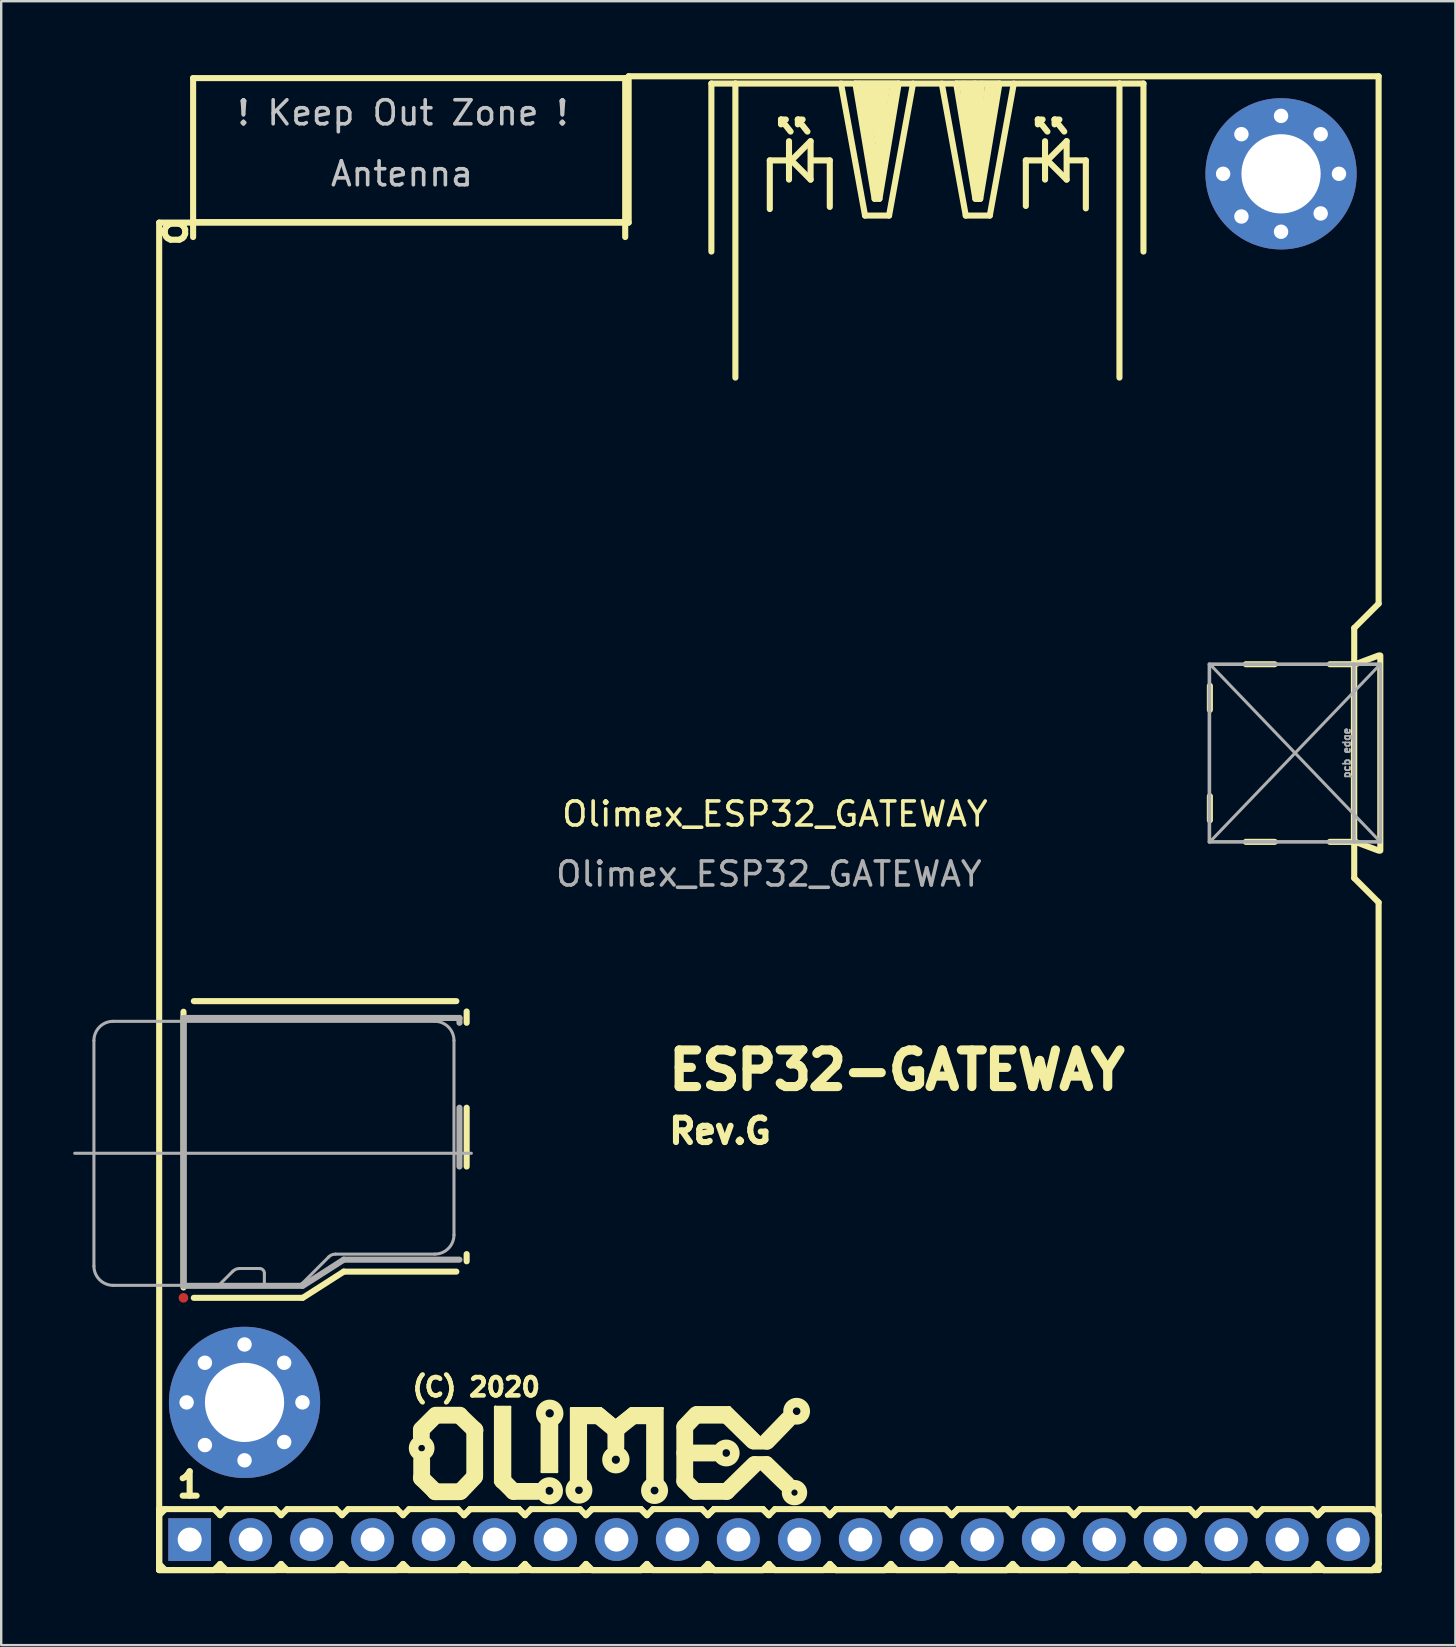
<source format=kicad_pcb>
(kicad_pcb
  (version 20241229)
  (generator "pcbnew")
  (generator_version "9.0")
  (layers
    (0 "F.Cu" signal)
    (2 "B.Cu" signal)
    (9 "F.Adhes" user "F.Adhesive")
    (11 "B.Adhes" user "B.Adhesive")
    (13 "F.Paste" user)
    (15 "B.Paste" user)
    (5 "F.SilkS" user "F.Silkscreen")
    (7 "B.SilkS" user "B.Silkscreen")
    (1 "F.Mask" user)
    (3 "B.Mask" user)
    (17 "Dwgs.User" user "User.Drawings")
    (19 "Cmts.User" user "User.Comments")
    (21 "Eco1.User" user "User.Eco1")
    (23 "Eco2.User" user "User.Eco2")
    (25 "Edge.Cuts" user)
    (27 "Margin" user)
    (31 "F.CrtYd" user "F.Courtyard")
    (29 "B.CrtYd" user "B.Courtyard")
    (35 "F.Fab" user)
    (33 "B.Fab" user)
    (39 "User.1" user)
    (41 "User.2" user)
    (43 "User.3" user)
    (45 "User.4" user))
  (footprint "Olimex_ESP32_GATEWAY"
    (layer "F.Cu")
    (at 28.981 30.861)
    (property "Reference" "Olimex_ESP32_GATEWAY" (at 0.25 0 0) (unlocked yes) (layer "F.SilkS") (effects (font (size 1 1) (thickness 0.15))))
    (attr through_hole)
    (fp_line (start -25.4 -24.638) (end -25.4 31.496) (stroke (width 0.254) (type solid)) (layer "F.SilkS"))
    (fp_line (start -25.4 -24.638) (end -5.842 -24.638) (stroke (width 0.254) (type solid)) (layer "F.SilkS"))
    (fp_line (start -25.4 28.956) (end -25.4 31.496) (stroke (width 0.254) (type solid)) (layer "F.SilkS"))
    (fp_line (start -25.4 28.956) (end -25.146 28.956) (stroke (width 0.254) (type solid)) (layer "F.SilkS"))
    (fp_line (start -25.4 29.21) (end -25.146 28.956) (stroke (width 0.254) (type solid)) (layer "F.SilkS"))
    (fp_line (start -25.4 31.496) (end 25.4 31.496) (stroke (width 0.254) (type solid)) (layer "F.SilkS"))
    (fp_line (start -25.146 28.956) (end -23.114 28.956) (stroke (width 0.254) (type solid)) (layer "F.SilkS"))
    (fp_line (start -25.146 31.496) (end -25.4 31.242) (stroke (width 0.254) (type solid)) (layer "F.SilkS"))
    (fp_line (start -24.892 31.496) (end -25.4 31.496) (stroke (width 0.254) (type solid)) (layer "F.SilkS"))
    (fp_line (start -24.387 8.237) (end -24.387 19.723) (stroke (width 0.254) (type solid)) (layer "F.SilkS"))
    (fp_line (start -23.986 -30.657) (end -23.986 -24.037) (stroke (width 0.254) (type solid)) (layer "F.SilkS"))
    (fp_line (start -23.986 -30.657) (end -5.986 -30.657) (stroke (width 0.254) (type solid)) (layer "F.SilkS"))
    (fp_line (start -23.986 -24.657) (end -5.986 -24.657) (stroke (width 0.254) (type solid)) (layer "F.SilkS"))
    (fp_line (start -23.957 7.795) (end -13.02 7.795) (stroke (width 0.254) (type solid)) (layer "F.SilkS"))
    (fp_line (start -23.957 20.155) (end -19.439 20.155) (stroke (width 0.254) (type solid)) (layer "F.SilkS"))
    (fp_line (start -23.114 28.956) (end -22.86 29.21) (stroke (width 0.254) (type solid)) (layer "F.SilkS"))
    (fp_line (start -23.114 31.496) (end -24.892 31.496) (stroke (width 0.254) (type solid)) (layer "F.SilkS"))
    (fp_line (start -22.86 29.21) (end -22.606 28.956) (stroke (width 0.254) (type solid)) (layer "F.SilkS"))
    (fp_line (start -22.86 31.242) (end -23.114 31.496) (stroke (width 0.254) (type solid)) (layer "F.SilkS"))
    (fp_line (start -22.606 28.956) (end -20.574 28.956) (stroke (width 0.254) (type solid)) (layer "F.SilkS"))
    (fp_line (start -22.606 31.496) (end -22.86 31.242) (stroke (width 0.254) (type solid)) (layer "F.SilkS"))
    (fp_line (start -20.574 28.956) (end -20.32 29.21) (stroke (width 0.254) (type solid)) (layer "F.SilkS"))
    (fp_line (start -20.574 31.496) (end -22.606 31.496) (stroke (width 0.254) (type solid)) (layer "F.SilkS"))
    (fp_line (start -20.574 31.496) (end -20.32 31.242) (stroke (width 0.254) (type solid)) (layer "F.SilkS"))
    (fp_line (start -20.32 29.21) (end -20.066 28.956) (stroke (width 0.254) (type solid)) (layer "F.SilkS"))
    (fp_line (start -20.32 31.242) (end -20.066 31.496) (stroke (width 0.254) (type solid)) (layer "F.SilkS"))
    (fp_line (start -20.066 28.956) (end -18.034 28.956) (stroke (width 0.254) (type solid)) (layer "F.SilkS"))
    (fp_line (start -18.034 28.956) (end -17.78 29.21) (stroke (width 0.254) (type solid)) (layer "F.SilkS"))
    (fp_line (start -18.034 31.496) (end -20.066 31.496) (stroke (width 0.254) (type solid)) (layer "F.SilkS"))
    (fp_line (start -17.78 29.21) (end -17.526 28.956) (stroke (width 0.254) (type solid)) (layer "F.SilkS"))
    (fp_line (start -17.78 31.242) (end -18.034 31.496) (stroke (width 0.254) (type solid)) (layer "F.SilkS"))
    (fp_line (start -17.711 19.063) (end -19.418 20.155) (stroke (width 0.254) (type solid)) (layer "F.SilkS"))
    (fp_line (start -17.526 28.956) (end -15.494 28.956) (stroke (width 0.254) (type solid)) (layer "F.SilkS"))
    (fp_line (start -17.526 31.496) (end -17.78 31.242) (stroke (width 0.254) (type solid)) (layer "F.SilkS"))
    (fp_line (start -15.494 28.956) (end -15.24 29.21) (stroke (width 0.254) (type solid)) (layer "F.SilkS"))
    (fp_line (start -15.494 31.496) (end -17.526 31.496) (stroke (width 0.254) (type solid)) (layer "F.SilkS"))
    (fp_line (start -15.24 29.21) (end -14.986 28.956) (stroke (width 0.254) (type solid)) (layer "F.SilkS"))
    (fp_line (start -15.24 31.242) (end -15.494 31.496) (stroke (width 0.254) (type solid)) (layer "F.SilkS"))
    (fp_line (start -14.986 28.956) (end -12.954 28.956) (stroke (width 0.254) (type solid)) (layer "F.SilkS"))
    (fp_line (start -14.986 31.496) (end -15.24 31.242) (stroke (width 0.254) (type solid)) (layer "F.SilkS"))
    (fp_line (start -14.478 25.641) (end -13.97 25.133) (stroke (width 0.7) (type solid)) (layer "F.SilkS"))
    (fp_line (start -14.478 25.692) (end -14.478 25.933) (stroke (width 0.7) (type solid)) (layer "F.SilkS"))
    (fp_line (start -14.478 27.661) (end -13.894 28.232) (stroke (width 0.7) (type solid)) (layer "F.SilkS"))
    (fp_line (start -14.465 27.673) (end -14.465 26.911) (stroke (width 0.7) (type solid)) (layer "F.SilkS"))
    (fp_line (start -13.906 28.232) (end -12.865 28.232) (stroke (width 0.7) (type solid)) (layer "F.SilkS"))
    (fp_line (start -13.02 19.063) (end -17.711 19.063) (stroke (width 0.254) (type solid)) (layer "F.SilkS"))
    (fp_line (start -12.954 28.956) (end -12.7 29.21) (stroke (width 0.254) (type solid)) (layer "F.SilkS"))
    (fp_line (start -12.954 31.496) (end -14.986 31.496) (stroke (width 0.254) (type solid)) (layer "F.SilkS"))
    (fp_line (start -12.878 25.044) (end -13.881 25.044) (stroke (width 0.7) (type solid)) (layer "F.SilkS"))
    (fp_line (start -12.878 25.057) (end -12.243 25.667) (stroke (width 0.7) (type solid)) (layer "F.SilkS"))
    (fp_line (start -12.7 29.21) (end -12.446 28.956) (stroke (width 0.254) (type solid)) (layer "F.SilkS"))
    (fp_line (start -12.7 29.21) (end -12.446 28.956) (stroke (width 0.254) (type solid)) (layer "F.SilkS"))
    (fp_line (start -12.7 31.242) (end -12.954 31.496) (stroke (width 0.254) (type solid)) (layer "F.SilkS"))
    (fp_line (start -12.591 8.227) (end -12.591 8.697) (stroke (width 0.254) (type solid)) (layer "F.SilkS"))
    (fp_line (start -12.591 12.235) (end -12.591 14.684) (stroke (width 0.254) (type solid)) (layer "F.SilkS"))
    (fp_line (start -12.591 18.334) (end -12.591 18.633) (stroke (width 0.254) (type solid)) (layer "F.SilkS"))
    (fp_line (start -12.446 28.956) (end -10.414 28.956) (stroke (width 0.254) (type solid)) (layer "F.SilkS"))
    (fp_line (start -12.446 28.956) (end -10.414 28.956) (stroke (width 0.254) (type solid)) (layer "F.SilkS"))
    (fp_line (start -12.446 31.496) (end -12.7 31.242) (stroke (width 0.254) (type solid)) (layer "F.SilkS"))
    (fp_line (start -12.446 31.496) (end -12.7 31.242) (stroke (width 0.254) (type solid)) (layer "F.SilkS"))
    (fp_line (start -12.268 27.622) (end -12.827 28.207) (stroke (width 0.7) (type solid)) (layer "F.SilkS"))
    (fp_line (start -12.255 25.654) (end -12.255 27.584) (stroke (width 0.7) (type solid)) (layer "F.SilkS"))
    (fp_line (start -11.405 24.701) (end -11.405 27.851) (stroke (width 0.1) (type solid)) (layer "F.SilkS"))
    (fp_line (start -11.392 24.701) (end -11.405 24.701) (stroke (width 0.1) (type solid)) (layer "F.SilkS"))
    (fp_line (start -11.379 24.701) (end -11.392 24.701) (stroke (width 0.1) (type solid)) (layer "F.SilkS"))
    (fp_line (start -11.265 24.79) (end -11.328 24.778) (stroke (width 0.1) (type solid)) (layer "F.SilkS"))
    (fp_line (start -11.1 24.701) (end -11.379 24.701) (stroke (width 0.1) (type solid)) (layer "F.SilkS"))
    (fp_line (start -11.1 27.775) (end -11.1 25.044) (stroke (width 0.7) (type solid)) (layer "F.SilkS"))
    (fp_line (start -11.087 24.701) (end -10.782 24.701) (stroke (width 0.1) (type solid)) (layer "F.SilkS"))
    (fp_line (start -10.96 24.778) (end -10.846 24.778) (stroke (width 0.1) (type solid)) (layer "F.SilkS"))
    (fp_line (start -10.782 24.701) (end -10.782 27.737) (stroke (width 0.1) (type solid)) (layer "F.SilkS"))
    (fp_line (start -10.643 28.219) (end -11.1 27.762) (stroke (width 0.7) (type solid)) (layer "F.SilkS"))
    (fp_line (start -10.414 28.956) (end -10.16 29.21) (stroke (width 0.254) (type solid)) (layer "F.SilkS"))
    (fp_line (start -10.414 28.956) (end -10.16 29.21) (stroke (width 0.254) (type solid)) (layer "F.SilkS"))
    (fp_line (start -10.414 31.496) (end -12.446 31.496) (stroke (width 0.254) (type solid)) (layer "F.SilkS"))
    (fp_line (start -10.414 31.496) (end -12.446 31.496) (stroke (width 0.254) (type solid)) (layer "F.SilkS"))
    (fp_line (start -10.16 29.21) (end -9.906 28.956) (stroke (width 0.254) (type solid)) (layer "F.SilkS"))
    (fp_line (start -10.16 31.242) (end -10.414 31.496) (stroke (width 0.254) (type solid)) (layer "F.SilkS"))
    (fp_line (start -10.16 31.242) (end -10.414 31.496) (stroke (width 0.254) (type solid)) (layer "F.SilkS"))
    (fp_line (start -9.906 28.956) (end -7.874 28.956) (stroke (width 0.254) (type solid)) (layer "F.SilkS"))
    (fp_line (start -9.906 31.496) (end -10.16 31.242) (stroke (width 0.254) (type solid)) (layer "F.SilkS"))
    (fp_line (start -9.657 28.219) (end -10.643 28.219) (stroke (width 0.7) (type solid)) (layer "F.SilkS"))
    (fp_line (start -9.461 25.387) (end -9.461 27.407) (stroke (width 0.1) (type solid)) (layer "F.SilkS"))
    (fp_line (start -9.461 27.407) (end -8.852 27.407) (stroke (width 0.1) (type solid)) (layer "F.SilkS"))
    (fp_line (start -9.322 27.343) (end -9.385 27.343) (stroke (width 0.1) (type solid)) (layer "F.SilkS"))
    (fp_line (start -9.144 25.502) (end -9.144 27.102) (stroke (width 0.7) (type solid)) (layer "F.SilkS"))
    (fp_line (start -8.979 27.343) (end -8.89 27.343) (stroke (width 0.1) (type solid)) (layer "F.SilkS"))
    (fp_line (start -8.852 27.407) (end -8.826 27.407) (stroke (width 0.1) (type solid)) (layer "F.SilkS"))
    (fp_line (start -8.826 27.407) (end -8.826 25.387) (stroke (width 0.1) (type solid)) (layer "F.SilkS"))
    (fp_line (start -8.242 24.752) (end -6.998 24.752) (stroke (width 0.1) (type solid)) (layer "F.SilkS"))
    (fp_line (start -8.242 27.75) (end -8.242 24.765) (stroke (width 0.1) (type solid)) (layer "F.SilkS"))
    (fp_line (start -8.09 24.816) (end -8.166 24.816) (stroke (width 0.1) (type solid)) (layer "F.SilkS"))
    (fp_line (start -7.925 25.07) (end -7.087 25.07) (stroke (width 0.7) (type solid)) (layer "F.SilkS"))
    (fp_line (start -7.925 27.661) (end -7.925 25.07) (stroke (width 0.7) (type solid)) (layer "F.SilkS"))
    (fp_line (start -7.874 28.956) (end -7.62 29.21) (stroke (width 0.254) (type solid)) (layer "F.SilkS"))
    (fp_line (start -7.874 31.496) (end -9.906 31.496) (stroke (width 0.254) (type solid)) (layer "F.SilkS"))
    (fp_line (start -7.62 29.21) (end -7.366 28.956) (stroke (width 0.254) (type solid)) (layer "F.SilkS"))
    (fp_line (start -7.62 29.21) (end -7.366 28.956) (stroke (width 0.254) (type solid)) (layer "F.SilkS"))
    (fp_line (start -7.62 31.242) (end -7.874 31.496) (stroke (width 0.254) (type solid)) (layer "F.SilkS"))
    (fp_line (start -7.366 28.956) (end -5.334 28.956) (stroke (width 0.254) (type solid)) (layer "F.SilkS"))
    (fp_line (start -7.366 28.956) (end -5.334 28.956) (stroke (width 0.254) (type solid)) (layer "F.SilkS"))
    (fp_line (start -7.366 31.496) (end -7.62 31.242) (stroke (width 0.254) (type solid)) (layer "F.SilkS"))
    (fp_line (start -7.366 31.496) (end -7.62 31.242) (stroke (width 0.254) (type solid)) (layer "F.SilkS"))
    (fp_line (start -7.087 25.07) (end -6.477 25.578) (stroke (width 0.7) (type solid)) (layer "F.SilkS"))
    (fp_line (start -6.998 24.752) (end -6.413 25.235) (stroke (width 0.1) (type solid)) (layer "F.SilkS"))
    (fp_line (start -6.375 26.365) (end -6.375 25.654) (stroke (width 0.7) (type solid)) (layer "F.SilkS"))
    (fp_line (start -6.299 25.578) (end -5.664 25.07) (stroke (width 0.7) (type solid)) (layer "F.SilkS"))
    (fp_line (start -5.986 -30.657) (end -5.986 -24.037) (stroke (width 0.254) (type solid)) (layer "F.SilkS"))
    (fp_line (start -5.842 -24.638) (end -5.842 -30.734) (stroke (width 0.254) (type solid)) (layer "F.SilkS"))
    (fp_line (start -5.753 24.752) (end -6.375 25.248) (stroke (width 0.1) (type solid)) (layer "F.SilkS"))
    (fp_line (start -5.728 24.752) (end -5.753 24.752) (stroke (width 0.1) (type solid)) (layer "F.SilkS"))
    (fp_line (start -5.664 25.07) (end -4.775 25.07) (stroke (width 0.7) (type solid)) (layer "F.SilkS"))
    (fp_line (start -5.334 28.956) (end -5.08 29.21) (stroke (width 0.254) (type solid)) (layer "F.SilkS"))
    (fp_line (start -5.334 28.956) (end -5.08 29.21) (stroke (width 0.254) (type solid)) (layer "F.SilkS"))
    (fp_line (start -5.334 31.496) (end -7.366 31.496) (stroke (width 0.254) (type solid)) (layer "F.SilkS"))
    (fp_line (start -5.334 31.496) (end -7.366 31.496) (stroke (width 0.254) (type solid)) (layer "F.SilkS"))
    (fp_line (start -5.08 29.21) (end -4.826 28.956) (stroke (width 0.254) (type solid)) (layer "F.SilkS"))
    (fp_line (start -5.08 31.242) (end -5.334 31.496) (stroke (width 0.254) (type solid)) (layer "F.SilkS"))
    (fp_line (start -5.08 31.242) (end -5.334 31.496) (stroke (width 0.254) (type solid)) (layer "F.SilkS"))
    (fp_line (start -4.826 28.956) (end -2.794 28.956) (stroke (width 0.254) (type solid)) (layer "F.SilkS"))
    (fp_line (start -4.826 31.496) (end -5.08 31.242) (stroke (width 0.254) (type solid)) (layer "F.SilkS"))
    (fp_line (start -4.763 25.057) (end -4.763 27.661) (stroke (width 0.7) (type solid)) (layer "F.SilkS"))
    (fp_line (start -4.585 24.828) (end -4.483 24.828) (stroke (width 0.1) (type solid)) (layer "F.SilkS"))
    (fp_line (start -4.432 24.752) (end -5.728 24.752) (stroke (width 0.1) (type solid)) (layer "F.SilkS"))
    (fp_line (start -4.432 24.765) (end -4.432 24.752) (stroke (width 0.1) (type solid)) (layer "F.SilkS"))
    (fp_line (start -4.432 27.775) (end -4.432 24.765) (stroke (width 0.1) (type solid)) (layer "F.SilkS"))
    (fp_line (start -3.505 25.527) (end -3.023 25.019) (stroke (width 0.7) (type solid)) (layer "F.SilkS"))
    (fp_line (start -3.505 25.552) (end -3.505 27.788) (stroke (width 0.7) (type solid)) (layer "F.SilkS"))
    (fp_line (start -3.505 27.788) (end -3.073 28.219) (stroke (width 0.7) (type solid)) (layer "F.SilkS"))
    (fp_line (start -3.073 28.219) (end -1.753 28.219) (stroke (width 0.7) (type solid)) (layer "F.SilkS"))
    (fp_line (start -3.061 24.714) (end -1.689 24.714) (stroke (width 0.1) (type solid)) (layer "F.SilkS"))
    (fp_line (start -2.974 25.044) (end -1.753 25.044) (stroke (width 0.7) (type solid)) (layer "F.SilkS"))
    (fp_line (start -2.794 28.956) (end -2.54 29.21) (stroke (width 0.254) (type solid)) (layer "F.SilkS"))
    (fp_line (start -2.794 31.496) (end -4.826 31.496) (stroke (width 0.254) (type solid)) (layer "F.SilkS"))
    (fp_line (start -2.54 29.21) (end -2.286 28.956) (stroke (width 0.254) (type solid)) (layer "F.SilkS"))
    (fp_line (start -2.54 29.21) (end -2.286 28.956) (stroke (width 0.254) (type solid)) (layer "F.SilkS"))
    (fp_line (start -2.54 31.242) (end -2.794 31.496) (stroke (width 0.254) (type solid)) (layer "F.SilkS"))
    (fp_line (start -2.396 -30.431) (end -2.396 -23.431) (stroke (width 0.254) (type solid)) (layer "F.SilkS"))
    (fp_line (start -2.286 26.619) (end -3.505 26.619) (stroke (width 0.7) (type solid)) (layer "F.SilkS"))
    (fp_line (start -2.286 28.956) (end -0.254 28.956) (stroke (width 0.254) (type solid)) (layer "F.SilkS"))
    (fp_line (start -2.286 28.956) (end -0.254 28.956) (stroke (width 0.254) (type solid)) (layer "F.SilkS"))
    (fp_line (start -2.286 31.496) (end -2.54 31.242) (stroke (width 0.254) (type solid)) (layer "F.SilkS"))
    (fp_line (start -2.286 31.496) (end -2.54 31.242) (stroke (width 0.254) (type solid)) (layer "F.SilkS"))
    (fp_line (start -1.753 25.044) (end -0.66 26.111) (stroke (width 0.7) (type solid)) (layer "F.SilkS"))
    (fp_line (start -1.753 28.219) (end -0.61 27.102) (stroke (width 0.7) (type solid)) (layer "F.SilkS"))
    (fp_line (start -1.689 24.714) (end -1.638 24.714) (stroke (width 0.1) (type solid)) (layer "F.SilkS"))
    (fp_line (start -1.638 24.714) (end -0.381 25.959) (stroke (width 0.1) (type solid)) (layer "F.SilkS"))
    (fp_line (start -1.396 -30.431) (end -2.396 -30.431) (stroke (width 0.254) (type solid)) (layer "F.SilkS"))
    (fp_line (start -1.396 -30.431) (end 14.604 -30.431) (stroke (width 0.254) (type solid)) (layer "F.SilkS"))
    (fp_line (start -1.396 -18.181) (end -1.396 -30.431) (stroke (width 0.254) (type solid)) (layer "F.SilkS"))
    (fp_line (start -0.635 26.226) (end -0.076 26.226) (stroke (width 0.5) (type solid)) (layer "F.SilkS"))
    (fp_line (start -0.61 27) (end -0.076 27) (stroke (width 0.5) (type solid)) (layer "F.SilkS"))
    (fp_line (start -0.254 28.956) (end 0 29.21) (stroke (width 0.254) (type solid)) (layer "F.SilkS"))
    (fp_line (start -0.254 28.956) (end 0 29.21) (stroke (width 0.254) (type solid)) (layer "F.SilkS"))
    (fp_line (start -0.254 31.496) (end -2.286 31.496) (stroke (width 0.254) (type solid)) (layer "F.SilkS"))
    (fp_line (start -0.254 31.496) (end -2.286 31.496) (stroke (width 0.254) (type solid)) (layer "F.SilkS"))
    (fp_line (start 0 29.21) (end 0.254 28.956) (stroke (width 0.254) (type solid)) (layer "F.SilkS"))
    (fp_line (start 0 31.242) (end -0.254 31.496) (stroke (width 0.254) (type solid)) (layer "F.SilkS"))
    (fp_line (start 0 31.242) (end -0.254 31.496) (stroke (width 0.254) (type solid)) (layer "F.SilkS"))
    (fp_line (start 0.038 -27.229) (end 0.737 -27.229) (stroke (width 0.254) (type solid)) (layer "F.SilkS"))
    (fp_line (start 0.038 -25.202) (end 0.038 -27.229) (stroke (width 0.254) (type solid)) (layer "F.SilkS"))
    (fp_line (start 0.254 28.956) (end 2.286 28.956) (stroke (width 0.254) (type solid)) (layer "F.SilkS"))
    (fp_line (start 0.254 31.496) (end 0 31.242) (stroke (width 0.254) (type solid)) (layer "F.SilkS"))
    (fp_line (start 0.505 -28.931) (end 0.505 -28.73) (stroke (width 0.254) (type solid)) (layer "F.SilkS"))
    (fp_line (start 0.505 -28.931) (end 0.706 -28.931) (stroke (width 0.254) (type solid)) (layer "F.SilkS"))
    (fp_line (start 0.737 27.915) (end -0.102 27.102) (stroke (width 0.7) (type solid)) (layer "F.SilkS"))
    (fp_line (start 0.787 25.235) (end -0.076 26.129) (stroke (width 0.7) (type solid)) (layer "F.SilkS"))
    (fp_line (start 0.838 -28.029) (end 0.838 -26.429) (stroke (width 0.254) (type solid)) (layer "F.SilkS"))
    (fp_line (start 0.904 -28.43) (end 0.505 -28.931) (stroke (width 0.254) (type solid)) (layer "F.SilkS"))
    (fp_line (start 0.937 -27.229) (end 1.737 -26.429) (stroke (width 0.254) (type solid)) (layer "F.SilkS"))
    (fp_line (start 1.206 -28.931) (end 1.206 -28.73) (stroke (width 0.254) (type solid)) (layer "F.SilkS"))
    (fp_line (start 1.206 -28.931) (end 1.405 -28.931) (stroke (width 0.254) (type solid)) (layer "F.SilkS"))
    (fp_line (start 1.605 -28.43) (end 1.206 -28.931) (stroke (width 0.254) (type solid)) (layer "F.SilkS"))
    (fp_line (start 1.737 -28.029) (end 0.937 -27.229) (stroke (width 0.254) (type solid)) (layer "F.SilkS"))
    (fp_line (start 1.737 -28.029) (end 1.737 -26.429) (stroke (width 0.254) (type solid)) (layer "F.SilkS"))
    (fp_line (start 1.836 -27.229) (end 2.537 -27.229) (stroke (width 0.254) (type solid)) (layer "F.SilkS"))
    (fp_line (start 2.286 28.956) (end 2.54 29.21) (stroke (width 0.254) (type solid)) (layer "F.SilkS"))
    (fp_line (start 2.286 31.496) (end 0.254 31.496) (stroke (width 0.254) (type solid)) (layer "F.SilkS"))
    (fp_line (start 2.537 -27.229) (end 2.537 -25.291) (stroke (width 0.254) (type solid)) (layer "F.SilkS"))
    (fp_line (start 2.54 29.21) (end 2.794 28.956) (stroke (width 0.254) (type solid)) (layer "F.SilkS"))
    (fp_line (start 2.54 29.21) (end 2.794 28.956) (stroke (width 0.254) (type solid)) (layer "F.SilkS"))
    (fp_line (start 2.54 31.242) (end 2.286 31.496) (stroke (width 0.254) (type solid)) (layer "F.SilkS"))
    (fp_line (start 2.794 28.956) (end 4.826 28.956) (stroke (width 0.254) (type solid)) (layer "F.SilkS"))
    (fp_line (start 2.794 28.956) (end 4.826 28.956) (stroke (width 0.254) (type solid)) (layer "F.SilkS"))
    (fp_line (start 2.794 31.496) (end 2.54 31.242) (stroke (width 0.254) (type solid)) (layer "F.SilkS"))
    (fp_line (start 2.794 31.496) (end 2.54 31.242) (stroke (width 0.254) (type solid)) (layer "F.SilkS"))
    (fp_line (start 3.604 -30.429) (end 5.405 -30.429) (stroke (width 0.254) (type solid)) (layer "F.SilkS"))
    (fp_line (start 4.006 -24.93) (end 3.005 -30.429) (stroke (width 0.254) (type solid)) (layer "F.SilkS"))
    (fp_line (start 4.404 -25.629) (end 3.604 -30.429) (stroke (width 0.254) (type solid)) (layer "F.SilkS"))
    (fp_line (start 4.454 -27.041) (end 4.934 -30.401) (stroke (width 0.254) (type solid)) (layer "F.SilkS"))
    (fp_line (start 4.504 -25.991) (end 5.174 -30.411) (stroke (width 0.254) (type solid)) (layer "F.SilkS"))
    (fp_line (start 4.514 -29.531) (end 4.514 -30.401) (stroke (width 0.254) (type solid)) (layer "F.SilkS"))
    (fp_line (start 4.514 -26.571) (end 3.994 -30.301) (stroke (width 0.254) (type solid)) (layer "F.SilkS"))
    (fp_line (start 4.514 -25.821) (end 3.794 -30.421) (stroke (width 0.254) (type solid)) (layer "F.SilkS"))
    (fp_line (start 4.554 -28.211) (end 4.704 -30.391) (stroke (width 0.254) (type solid)) (layer "F.SilkS"))
    (fp_line (start 4.584 -27.791) (end 4.184 -30.361) (stroke (width 0.254) (type solid)) (layer "F.SilkS"))
    (fp_line (start 4.605 -25.629) (end 4.404 -25.629) (stroke (width 0.254) (type solid)) (layer "F.SilkS"))
    (fp_line (start 4.624 -28.821) (end 4.344 -30.401) (stroke (width 0.254) (type solid)) (layer "F.SilkS"))
    (fp_line (start 4.826 28.956) (end 5.08 29.21) (stroke (width 0.254) (type solid)) (layer "F.SilkS"))
    (fp_line (start 4.826 28.956) (end 5.08 29.21) (stroke (width 0.254) (type solid)) (layer "F.SilkS"))
    (fp_line (start 4.826 31.496) (end 2.794 31.496) (stroke (width 0.254) (type solid)) (layer "F.SilkS"))
    (fp_line (start 4.826 31.496) (end 2.794 31.496) (stroke (width 0.254) (type solid)) (layer "F.SilkS"))
    (fp_line (start 5.006 -24.93) (end 4.006 -24.93) (stroke (width 0.254) (type solid)) (layer "F.SilkS"))
    (fp_line (start 5.08 29.21) (end 5.334 28.956) (stroke (width 0.254) (type solid)) (layer "F.SilkS"))
    (fp_line (start 5.08 31.242) (end 4.826 31.496) (stroke (width 0.254) (type solid)) (layer "F.SilkS"))
    (fp_line (start 5.08 31.242) (end 4.826 31.496) (stroke (width 0.254) (type solid)) (layer "F.SilkS"))
    (fp_line (start 5.334 28.956) (end 7.366 28.956) (stroke (width 0.254) (type solid)) (layer "F.SilkS"))
    (fp_line (start 5.334 31.496) (end 5.08 31.242) (stroke (width 0.254) (type solid)) (layer "F.SilkS"))
    (fp_line (start 5.405 -30.429) (end 4.605 -25.629) (stroke (width 0.254) (type solid)) (layer "F.SilkS"))
    (fp_line (start 6.005 -30.429) (end 5.006 -24.93) (stroke (width 0.254) (type solid)) (layer "F.SilkS"))
    (fp_line (start 7.366 28.956) (end 7.62 29.21) (stroke (width 0.254) (type solid)) (layer "F.SilkS"))
    (fp_line (start 7.366 31.496) (end 5.334 31.496) (stroke (width 0.254) (type solid)) (layer "F.SilkS"))
    (fp_line (start 7.62 29.21) (end 7.874 28.956) (stroke (width 0.254) (type solid)) (layer "F.SilkS"))
    (fp_line (start 7.62 29.21) (end 7.874 28.956) (stroke (width 0.254) (type solid)) (layer "F.SilkS"))
    (fp_line (start 7.62 31.242) (end 7.366 31.496) (stroke (width 0.254) (type solid)) (layer "F.SilkS"))
    (fp_line (start 7.803 -30.429) (end 9.604 -30.429) (stroke (width 0.254) (type solid)) (layer "F.SilkS"))
    (fp_line (start 7.874 28.956) (end 9.906 28.956) (stroke (width 0.254) (type solid)) (layer "F.SilkS"))
    (fp_line (start 7.874 28.956) (end 9.906 28.956) (stroke (width 0.254) (type solid)) (layer "F.SilkS"))
    (fp_line (start 7.874 31.496) (end 7.62 31.242) (stroke (width 0.254) (type solid)) (layer "F.SilkS"))
    (fp_line (start 7.874 31.496) (end 7.62 31.242) (stroke (width 0.254) (type solid)) (layer "F.SilkS"))
    (fp_line (start 8.202 -24.93) (end 7.203 -30.429) (stroke (width 0.254) (type solid)) (layer "F.SilkS"))
    (fp_line (start 8.603 -25.629) (end 7.803 -30.429) (stroke (width 0.254) (type solid)) (layer "F.SilkS"))
    (fp_line (start 8.604 -29.561) (end 8.744 -30.371) (stroke (width 0.254) (type solid)) (layer "F.SilkS"))
    (fp_line (start 8.684 -27.911) (end 8.874 -30.421) (stroke (width 0.254) (type solid)) (layer "F.SilkS"))
    (fp_line (start 8.704 -25.631) (end 8.054 -30.421) (stroke (width 0.254) (type solid)) (layer "F.SilkS"))
    (fp_line (start 8.714 -26.681) (end 9.124 -30.411) (stroke (width 0.254) (type solid)) (layer "F.SilkS"))
    (fp_line (start 8.714 -25.781) (end 9.364 -30.411) (stroke (width 0.254) (type solid)) (layer "F.SilkS"))
    (fp_line (start 8.724 -26.391) (end 8.164 -30.421) (stroke (width 0.254) (type solid)) (layer "F.SilkS"))
    (fp_line (start 8.734 -27.201) (end 8.374 -30.411) (stroke (width 0.254) (type solid)) (layer "F.SilkS"))
    (fp_line (start 8.774 -28.791) (end 8.574 -30.431) (stroke (width 0.254) (type solid)) (layer "F.SilkS"))
    (fp_line (start 8.804 -25.629) (end 8.603 -25.629) (stroke (width 0.254) (type solid)) (layer "F.SilkS"))
    (fp_line (start 9.202 -24.93) (end 8.202 -24.93) (stroke (width 0.254) (type solid)) (layer "F.SilkS"))
    (fp_line (start 9.604 -30.429) (end 8.804 -25.629) (stroke (width 0.254) (type solid)) (layer "F.SilkS"))
    (fp_line (start 9.906 28.956) (end 10.16 29.21) (stroke (width 0.254) (type solid)) (layer "F.SilkS"))
    (fp_line (start 9.906 28.956) (end 10.16 29.21) (stroke (width 0.254) (type solid)) (layer "F.SilkS"))
    (fp_line (start 9.906 31.496) (end 7.874 31.496) (stroke (width 0.254) (type solid)) (layer "F.SilkS"))
    (fp_line (start 9.906 31.496) (end 7.874 31.496) (stroke (width 0.254) (type solid)) (layer "F.SilkS"))
    (fp_line (start 10.16 29.21) (end 10.414 28.956) (stroke (width 0.254) (type solid)) (layer "F.SilkS"))
    (fp_line (start 10.16 31.242) (end 9.906 31.496) (stroke (width 0.254) (type solid)) (layer "F.SilkS"))
    (fp_line (start 10.16 31.242) (end 9.906 31.496) (stroke (width 0.254) (type solid)) (layer "F.SilkS"))
    (fp_line (start 10.203 -30.429) (end 9.202 -24.93) (stroke (width 0.254) (type solid)) (layer "F.SilkS"))
    (fp_line (start 10.414 28.956) (end 12.446 28.956) (stroke (width 0.254) (type solid)) (layer "F.SilkS"))
    (fp_line (start 10.414 31.496) (end 10.16 31.242) (stroke (width 0.254) (type solid)) (layer "F.SilkS"))
    (fp_line (start 10.704 -27.231) (end 10.704 -25.331) (stroke (width 0.254) (type solid)) (layer "F.SilkS"))
    (fp_line (start 11.204 -28.931) (end 11.204 -28.73) (stroke (width 0.254) (type solid)) (layer "F.SilkS"))
    (fp_line (start 11.204 -28.931) (end 11.402 -28.931) (stroke (width 0.254) (type solid)) (layer "F.SilkS"))
    (fp_line (start 11.402 -27.229) (end 10.704 -27.229) (stroke (width 0.254) (type solid)) (layer "F.SilkS"))
    (fp_line (start 11.504 -26.429) (end 11.504 -28.029) (stroke (width 0.254) (type solid)) (layer "F.SilkS"))
    (fp_line (start 11.603 -28.43) (end 11.204 -28.931) (stroke (width 0.254) (type solid)) (layer "F.SilkS"))
    (fp_line (start 11.603 -27.229) (end 12.403 -28.029) (stroke (width 0.254) (type solid)) (layer "F.SilkS"))
    (fp_line (start 11.902 -28.931) (end 11.902 -28.73) (stroke (width 0.254) (type solid)) (layer "F.SilkS"))
    (fp_line (start 11.902 -28.931) (end 12.103 -28.931) (stroke (width 0.254) (type solid)) (layer "F.SilkS"))
    (fp_line (start 12.304 -28.43) (end 11.902 -28.931) (stroke (width 0.254) (type solid)) (layer "F.SilkS"))
    (fp_line (start 12.403 -26.429) (end 11.603 -27.229) (stroke (width 0.254) (type solid)) (layer "F.SilkS"))
    (fp_line (start 12.404 -26.431) (end 12.404 -28.031) (stroke (width 0.254) (type solid)) (layer "F.SilkS"))
    (fp_line (start 12.446 28.956) (end 12.7 29.21) (stroke (width 0.254) (type solid)) (layer "F.SilkS"))
    (fp_line (start 12.446 31.496) (end 10.414 31.496) (stroke (width 0.254) (type solid)) (layer "F.SilkS"))
    (fp_line (start 12.7 29.21) (end 12.954 28.956) (stroke (width 0.254) (type solid)) (layer "F.SilkS"))
    (fp_line (start 12.7 29.21) (end 12.954 28.956) (stroke (width 0.254) (type solid)) (layer "F.SilkS"))
    (fp_line (start 12.7 31.242) (end 12.446 31.496) (stroke (width 0.254) (type solid)) (layer "F.SilkS"))
    (fp_line (start 12.954 28.956) (end 14.986 28.956) (stroke (width 0.254) (type solid)) (layer "F.SilkS"))
    (fp_line (start 12.954 28.956) (end 14.986 28.956) (stroke (width 0.254) (type solid)) (layer "F.SilkS"))
    (fp_line (start 12.954 31.496) (end 12.7 31.242) (stroke (width 0.254) (type solid)) (layer "F.SilkS"))
    (fp_line (start 12.954 31.496) (end 12.7 31.242) (stroke (width 0.254) (type solid)) (layer "F.SilkS"))
    (fp_line (start 13.204 -27.231) (end 12.504 -27.231) (stroke (width 0.254) (type solid)) (layer "F.SilkS"))
    (fp_line (start 13.204 -25.231) (end 13.204 -27.231) (stroke (width 0.254) (type solid)) (layer "F.SilkS"))
    (fp_line (start 14.604 -30.431) (end 14.604 -18.181) (stroke (width 0.254) (type solid)) (layer "F.SilkS"))
    (fp_line (start 14.604 -30.431) (end 15.604 -30.431) (stroke (width 0.254) (type solid)) (layer "F.SilkS"))
    (fp_line (start 14.986 28.956) (end 15.24 29.21) (stroke (width 0.254) (type solid)) (layer "F.SilkS"))
    (fp_line (start 14.986 28.956) (end 15.24 29.21) (stroke (width 0.254) (type solid)) (layer "F.SilkS"))
    (fp_line (start 14.986 31.496) (end 12.954 31.496) (stroke (width 0.254) (type solid)) (layer "F.SilkS"))
    (fp_line (start 14.986 31.496) (end 12.954 31.496) (stroke (width 0.254) (type solid)) (layer "F.SilkS"))
    (fp_line (start 15.24 29.21) (end 15.494 28.956) (stroke (width 0.254) (type solid)) (layer "F.SilkS"))
    (fp_line (start 15.24 31.242) (end 14.986 31.496) (stroke (width 0.254) (type solid)) (layer "F.SilkS"))
    (fp_line (start 15.24 31.242) (end 14.986 31.496) (stroke (width 0.254) (type solid)) (layer "F.SilkS"))
    (fp_line (start 15.494 28.956) (end 17.526 28.956) (stroke (width 0.254) (type solid)) (layer "F.SilkS"))
    (fp_line (start 15.494 31.496) (end 15.24 31.242) (stroke (width 0.254) (type solid)) (layer "F.SilkS"))
    (fp_line (start 15.604 -30.431) (end 15.604 -23.431) (stroke (width 0.254) (type solid)) (layer "F.SilkS"))
    (fp_line (start 17.526 28.956) (end 17.78 29.21) (stroke (width 0.254) (type solid)) (layer "F.SilkS"))
    (fp_line (start 17.526 31.496) (end 15.494 31.496) (stroke (width 0.254) (type solid)) (layer "F.SilkS"))
    (fp_line (start 17.78 29.21) (end 18.034 28.956) (stroke (width 0.254) (type solid)) (layer "F.SilkS"))
    (fp_line (start 17.78 29.21) (end 18.034 28.956) (stroke (width 0.254) (type solid)) (layer "F.SilkS"))
    (fp_line (start 17.78 31.242) (end 17.526 31.496) (stroke (width 0.254) (type solid)) (layer "F.SilkS"))
    (fp_line (start 18.034 28.956) (end 20.066 28.956) (stroke (width 0.254) (type solid)) (layer "F.SilkS"))
    (fp_line (start 18.034 28.956) (end 20.066 28.956) (stroke (width 0.254) (type solid)) (layer "F.SilkS"))
    (fp_line (start 18.034 31.496) (end 17.78 31.242) (stroke (width 0.254) (type solid)) (layer "F.SilkS"))
    (fp_line (start 18.034 31.496) (end 17.78 31.242) (stroke (width 0.254) (type solid)) (layer "F.SilkS"))
    (fp_line (start 18.371 -5.34) (end 18.371 -4.34) (stroke (width 0.254) (type solid)) (layer "F.SilkS"))
    (fp_line (start 18.371 -0.74) (end 18.371 0.26) (stroke (width 0.254) (type solid)) (layer "F.SilkS"))
    (fp_line (start 19.871 -6.24) (end 21.071 -6.24) (stroke (width 0.254) (type solid)) (layer "F.SilkS"))
    (fp_line (start 19.871 1.16) (end 21.071 1.16) (stroke (width 0.254) (type solid)) (layer "F.SilkS"))
    (fp_line (start 20.066 28.956) (end 20.32 29.21) (stroke (width 0.254) (type solid)) (layer "F.SilkS"))
    (fp_line (start 20.066 28.956) (end 20.32 29.21) (stroke (width 0.254) (type solid)) (layer "F.SilkS"))
    (fp_line (start 20.066 31.496) (end 18.034 31.496) (stroke (width 0.254) (type solid)) (layer "F.SilkS"))
    (fp_line (start 20.066 31.496) (end 18.034 31.496) (stroke (width 0.254) (type solid)) (layer "F.SilkS"))
    (fp_line (start 20.32 29.21) (end 20.574 28.956) (stroke (width 0.254) (type solid)) (layer "F.SilkS"))
    (fp_line (start 20.32 31.242) (end 20.066 31.496) (stroke (width 0.254) (type solid)) (layer "F.SilkS"))
    (fp_line (start 20.32 31.242) (end 20.066 31.496) (stroke (width 0.254) (type solid)) (layer "F.SilkS"))
    (fp_line (start 20.574 28.956) (end 22.606 28.956) (stroke (width 0.254) (type solid)) (layer "F.SilkS"))
    (fp_line (start 20.574 31.496) (end 20.32 31.242) (stroke (width 0.254) (type solid)) (layer "F.SilkS"))
    (fp_line (start 22.606 28.956) (end 22.86 29.21) (stroke (width 0.254) (type solid)) (layer "F.SilkS"))
    (fp_line (start 22.606 31.496) (end 20.574 31.496) (stroke (width 0.254) (type solid)) (layer "F.SilkS"))
    (fp_line (start 22.86 29.21) (end 23.114 28.956) (stroke (width 0.254) (type solid)) (layer "F.SilkS"))
    (fp_line (start 22.86 29.21) (end 23.114 28.956) (stroke (width 0.254) (type solid)) (layer "F.SilkS"))
    (fp_line (start 22.86 31.242) (end 22.606 31.496) (stroke (width 0.254) (type solid)) (layer "F.SilkS"))
    (fp_line (start 23.114 28.956) (end 25.146 28.956) (stroke (width 0.254) (type solid)) (layer "F.SilkS"))
    (fp_line (start 23.114 28.956) (end 25.146 28.956) (stroke (width 0.254) (type solid)) (layer "F.SilkS"))
    (fp_line (start 23.114 31.496) (end 22.86 31.242) (stroke (width 0.254) (type solid)) (layer "F.SilkS"))
    (fp_line (start 23.114 31.496) (end 22.86 31.242) (stroke (width 0.254) (type solid)) (layer "F.SilkS"))
    (fp_line (start 23.371 -6.24) (end 24.371 -6.24) (stroke (width 0.254) (type solid)) (layer "F.SilkS"))
    (fp_line (start 24.371 -6.24) (end 24.371 1.16) (stroke (width 0.254) (type solid)) (layer "F.SilkS"))
    (fp_line (start 24.371 1.16) (end 23.371 1.16) (stroke (width 0.254) (type solid)) (layer "F.SilkS"))
    (fp_line (start 24.384 -7.747) (end 24.384 2.667) (stroke (width 0.254) (type solid)) (layer "F.SilkS"))
    (fp_line (start 24.384 2.667) (end 25.4 3.683) (stroke (width 0.254) (type solid)) (layer "F.SilkS"))
    (fp_line (start 25.146 28.956) (end 25.4 29.21) (stroke (width 0.254) (type solid)) (layer "F.SilkS"))
    (fp_line (start 25.146 28.956) (end 25.4 29.21) (stroke (width 0.254) (type solid)) (layer "F.SilkS"))
    (fp_line (start 25.146 31.496) (end 23.114 31.496) (stroke (width 0.254) (type solid)) (layer "F.SilkS"))
    (fp_line (start 25.146 31.496) (end 23.114 31.496) (stroke (width 0.254) (type solid)) (layer "F.SilkS"))
    (fp_line (start 25.4 -30.734) (end -5.842 -30.734) (stroke (width 0.254) (type solid)) (layer "F.SilkS"))
    (fp_line (start 25.4 -30.734) (end 25.4 -8.763) (stroke (width 0.254) (type solid)) (layer "F.SilkS"))
    (fp_line (start 25.4 -8.763) (end 24.384 -7.747) (stroke (width 0.254) (type solid)) (layer "F.SilkS"))
    (fp_line (start 25.4 -6.604) (end 24.384 -6.223) (stroke (width 0.254) (type solid)) (layer "F.SilkS"))
    (fp_line (start 25.4 1.524) (end 24.384 1.143) (stroke (width 0.254) (type solid)) (layer "F.SilkS"))
    (fp_line (start 25.4 3.683) (end 25.4 31.496) (stroke (width 0.254) (type solid)) (layer "F.SilkS"))
    (fp_line (start 25.4 29.21) (end 25.4 31.242) (stroke (width 0.254) (type solid)) (layer "F.SilkS"))
    (fp_line (start 25.4 31.242) (end 25.146 31.496) (stroke (width 0.254) (type solid)) (layer "F.SilkS"))
    (fp_line (start 25.4 31.242) (end 25.146 31.496) (stroke (width 0.254) (type solid)) (layer "F.SilkS"))
    (fp_line (start 25.471 -6.604) (end 25.471 1.524) (stroke (width 0.254) (type solid)) (layer "F.SilkS"))
    (fp_circle (center -14.465 26.416) (end -14.148 26.302) (stroke (width 0.4) (type solid)) (fill no) (layer "F.SilkS"))
    (fp_circle (center -9.144 28.194) (end -8.941 27.889) (stroke (width 0.4) (type solid)) (fill no) (layer "F.SilkS"))
    (fp_circle (center -9.131 24.968) (end -9.017 24.613) (stroke (width 0.4) (type solid)) (fill no) (layer "F.SilkS"))
    (fp_circle (center -7.912 28.169) (end -7.671 27.902) (stroke (width 0.4) (type solid)) (fill no) (layer "F.SilkS"))
    (fp_circle (center -6.375 26.899) (end -6.147 26.607) (stroke (width 0.4) (type solid)) (fill no) (layer "F.SilkS"))
    (fp_circle (center -4.763 28.181) (end -4.547 27.889) (stroke (width 0.4) (type solid)) (fill no) (layer "F.SilkS"))
    (fp_circle (center -1.778 26.619) (end -1.511 26.378) (stroke (width 0.4) (type solid)) (fill no) (layer "F.SilkS"))
    (fp_circle (center 1.067 28.27) (end 1.359 28.118) (stroke (width 0.4) (type solid)) (fill no) (layer "F.SilkS"))
    (fp_circle (center 1.156 24.879) (end 1.46 24.689) (stroke (width 0.4) (type solid)) (fill no) (layer "F.SilkS"))
    (fp_line (start -28.118 18.834) (end -28.118 9.436) (stroke (width 0.127) (type solid)) (layer "F.Fab"))
    (fp_line (start -27.318 8.636) (end -13.919 8.636) (stroke (width 0.127) (type solid)) (layer "F.Fab"))
    (fp_line (start -24.387 8.496) (end -24.387 19.655) (stroke (width 0.254) (type solid)) (layer "F.Fab"))
    (fp_line (start -24.387 8.496) (end -12.89 8.496) (stroke (width 0.254) (type solid)) (layer "F.Fab"))
    (fp_line (start -24.387 19.655) (end -19.439 19.655) (stroke (width 0.254) (type solid)) (layer "F.Fab"))
    (fp_line (start -22.918 19.634) (end -27.318 19.634) (stroke (width 0.127) (type solid)) (layer "F.Fab"))
    (fp_line (start -22.334 19.05) (end -22.918 19.634) (stroke (width 0.127) (type solid)) (layer "F.Fab"))
    (fp_line (start -21.217 18.933) (end -22.052 18.933) (stroke (width 0.127) (type solid)) (layer "F.Fab"))
    (fp_line (start -21.018 19.533) (end -21.018 19.134) (stroke (width 0.127) (type solid)) (layer "F.Fab"))
    (fp_line (start -19.682 19.634) (end -20.917 19.634) (stroke (width 0.127) (type solid)) (layer "F.Fab"))
    (fp_line (start -18.336 18.451) (end -19.401 19.517) (stroke (width 0.127) (type solid)) (layer "F.Fab"))
    (fp_line (start -17.711 18.565) (end -19.418 19.655) (stroke (width 0.254) (type solid)) (layer "F.Fab"))
    (fp_line (start -13.919 18.334) (end -18.054 18.334) (stroke (width 0.127) (type solid)) (layer "F.Fab"))
    (fp_line (start -13.119 9.436) (end -13.119 17.534) (stroke (width 0.127) (type solid)) (layer "F.Fab"))
    (fp_line (start -12.89 8.496) (end -12.89 8.697) (stroke (width 0.254) (type solid)) (layer "F.Fab"))
    (fp_line (start -12.89 12.235) (end -12.89 14.684) (stroke (width 0.254) (type solid)) (layer "F.Fab"))
    (fp_line (start -12.89 18.565) (end -17.711 18.565) (stroke (width 0.254) (type solid)) (layer "F.Fab"))
    (fp_line (start -12.395 14.133) (end -28.918 14.133) (stroke (width 0.127) (type solid)) (layer "F.Fab"))
    (fp_line (start 18.351 -6.24) (end 25.471 -6.24) (stroke (width 0.15) (type solid)) (layer "F.Fab"))
    (fp_line (start 18.351 1.16) (end 18.351 -6.24) (stroke (width 0.15) (type solid)) (layer "F.Fab"))
    (fp_line (start 24.371 1.16) (end 24.371 -6.24) (stroke (width 0.15) (type solid)) (layer "F.Fab"))
    (fp_line (start 25.471 -6.24) (end 18.371 1.16) (stroke (width 0.127) (type solid)) (layer "F.Fab"))
    (fp_line (start 25.471 -6.24) (end 25.471 1.16) (stroke (width 0.15) (type solid)) (layer "F.Fab"))
    (fp_line (start 25.471 1.16) (end 18.351 1.16) (stroke (width 0.15) (type solid)) (layer "F.Fab"))
    (fp_line (start 25.471 1.16) (end 18.371 -6.24) (stroke (width 0.127) (type solid)) (layer "F.Fab"))
    (fp_arc (start -28.1178 9.4361) (mid -27.883456 8.870344) (end -27.3177 8.636) (stroke (width 0.127) (type solid)) (layer "F.Fab"))
    (fp_arc (start -27.3177 19.6342) (mid -27.883456 19.399856) (end -28.1178 18.8341) (stroke (width 0.127) (type solid)) (layer "F.Fab"))
    (fp_arc (start -22.33422 19.05) (mid -22.203889 18.963771) (end -22.050484 18.933961) (stroke (width 0.127) (type solid)) (layer "F.Fab"))
    (fp_arc (start -21.21662 18.93316) (mid -21.074726 18.991926) (end -21.01596 19.13382) (stroke (width 0.127) (type solid)) (layer "F.Fab"))
    (fp_arc (start -20.9169 19.6342) (mid -20.988742 19.604442) (end -21.0185 19.5326) (stroke (width 0.127) (type solid)) (layer "F.Fab"))
    (fp_arc (start -19.40052 19.51736) (mid -19.530524 19.603467) (end -19.683557 19.633402) (stroke (width 0.127) (type solid)) (layer "F.Fab"))
    (fp_arc (start -18.33626 18.45056) (mid -18.206905 18.364128) (end -18.05432 18.333777) (stroke (width 0.127) (type solid)) (layer "F.Fab"))
    (fp_arc (start -13.9192 8.636) (mid -13.353444 8.870344) (end -13.1191 9.4361) (stroke (width 0.127) (type solid)) (layer "F.Fab"))
    (fp_arc (start -13.1191 17.53362) (mid -13.353444 18.099376) (end -13.9192 18.33372) (stroke (width 0.127) (type solid)) (layer "F.Fab"))
    (fp_text user "1" (at -24.13 27.94 0) (unlocked yes) (layer "F.SilkS") (effects (font (size 1.016 1.016) (thickness 0.254))))
    (fp_text user "o" (at -24.892 -24.257 90) (layer "F.SilkS") (effects (font (size 1.27 1.27) (thickness 0.254))))
    (fp_text user "(C) 2020" (at -12.192 23.876 0) (unlocked yes) (layer "F.SilkS") (effects (font (size 0.762 0.762) (thickness 0.191))))
    (fp_text user "ESP32-GATEWAY\n" (at 5.334 10.668 0) (unlocked yes) (layer "F.SilkS") (effects (font (size 1.524 1.524) (thickness 0.381))))
    (fp_text user "Rev.G" (at -2.032 13.208 0) (unlocked yes) (layer "F.SilkS") (effects (font (size 1.016 1.016) (thickness 0.254))))
    (fp_text user "Antenna" (at -15.287 -26.67 0) (layer "Dwgs.User") (effects (font (size 1 1) (thickness 0.15))))
    (fp_text user "! Keep Out Zone !" (at -15.246 -29.21 0) (layer "Dwgs.User") (effects (font (size 1 1) (thickness 0.15))))
    (fp_text user "pcb edge" (at 24.071 -2.54 90) (layer "F.Fab") (effects (font (size 0.3 0.3) (thickness 0.075))))
    (fp_text user "${REFERENCE}" (at 0 2.5 0) (unlocked yes) (layer "F.Fab") (effects (font (size 1 1) (thickness 0.15))))
    (pad "1" thru_hole rect (at -24.13 30.226) (size 1.778 1.778) (drill 1) (layers "*.Cu" "*.Mask"))
    (pad "2" thru_hole circle (at -21.59 30.226) (size 1.778 1.778) (drill 1) (layers "*.Cu" "*.Mask"))
    (pad "3" thru_hole circle (at -19.05 30.226) (size 1.778 1.778) (drill 1) (layers "*.Cu" "*.Mask"))
    (pad "4" thru_hole circle (at -16.51 30.226) (size 1.778 1.778) (drill 1) (layers "*.Cu" "*.Mask"))
    (pad "5" thru_hole circle (at -13.97 30.226) (size 1.778 1.778) (drill 1) (layers "*.Cu" "*.Mask"))
    (pad "6" thru_hole circle (at -11.43 30.226) (size 1.778 1.778) (drill 1) (layers "*.Cu" "*.Mask"))
    (pad "7" thru_hole circle (at -8.89 30.226) (size 1.778 1.778) (drill 1) (layers "*.Cu" "*.Mask"))
    (pad "8" thru_hole circle (at -6.35 30.226) (size 1.778 1.778) (drill 1) (layers "*.Cu" "*.Mask"))
    (pad "9" thru_hole circle (at -3.81 30.226) (size 1.778 1.778) (drill 1) (layers "*.Cu" "*.Mask"))
    (pad "10" thru_hole circle (at -1.27 30.226) (size 1.778 1.778) (drill 1) (layers "*.Cu" "*.Mask"))
    (pad "11" thru_hole circle (at 1.27 30.226) (size 1.778 1.778) (drill 1) (layers "*.Cu" "*.Mask"))
    (pad "12" thru_hole circle (at 3.81 30.226) (size 1.778 1.778) (drill 1) (layers "*.Cu" "*.Mask"))
    (pad "13" thru_hole circle (at 6.35 30.226) (size 1.778 1.778) (drill 1) (layers "*.Cu" "*.Mask"))
    (pad "14" thru_hole circle (at 8.89 30.226) (size 1.778 1.778) (drill 1) (layers "*.Cu" "*.Mask"))
    (pad "15" thru_hole circle (at 11.43 30.226) (size 1.778 1.778) (drill 1) (layers "*.Cu" "*.Mask"))
    (pad "16" thru_hole circle (at 13.97 30.226) (size 1.778 1.778) (drill 1) (layers "*.Cu" "*.Mask"))
    (pad "17" thru_hole circle (at 16.51 30.226) (size 1.778 1.778) (drill 1) (layers "*.Cu" "*.Mask"))
    (pad "18" thru_hole circle (at 19.05 30.226) (size 1.778 1.778) (drill 1) (layers "*.Cu" "*.Mask"))
    (pad "19" thru_hole circle (at 21.59 30.226) (size 1.778 1.778) (drill 1) (layers "*.Cu" "*.Mask"))
    (pad "20" thru_hole circle (at 24.13 30.226) (size 1.778 1.778) (drill 1) (layers "*.Cu" "*.Mask"))
    (pad "FID1" smd circle (at -24.389 20.155 270) (size 0.4 0.4) (layers "F.Cu" "F.Mask"))
    (pad "GND1" thru_hole circle (at -24.257 24.511) (size 1.2 1.2) (drill 0.6) (layers "*.Cu" "*.Mask"))
    (pad "GND1" thru_hole circle (at -23.495 22.86) (size 1.2 1.2) (drill 0.6) (layers "*.Cu" "*.Mask"))
    (pad "GND1" thru_hole circle (at -23.495 26.289) (size 1.2 1.2) (drill 0.6) (layers "*.Cu" "*.Mask"))
    (pad "GND1" thru_hole circle (at -21.844 22.098) (size 1.2 1.2) (drill 0.6) (layers "*.Cu" "*.Mask"))
    (pad "GND1" thru_hole circle (at -21.844 24.511) (size 6.3 6.3) (drill 3.3) (layers "*.Cu" "*.Mask"))
    (pad "GND1" thru_hole circle (at -21.844 26.924) (size 1.2 1.2) (drill 0.6) (layers "*.Cu" "*.Mask"))
    (pad "GND1" thru_hole circle (at -20.193 22.86) (size 1.2 1.2) (drill 0.6) (layers "*.Cu" "*.Mask"))
    (pad "GND1" thru_hole circle (at -20.193 26.162) (size 1.2 1.2) (drill 0.6) (layers "*.Cu" "*.Mask"))
    (pad "GND1" thru_hole circle (at -19.431 24.511) (size 1.2 1.2) (drill 0.6) (layers "*.Cu" "*.Mask"))
    (pad "GND1" thru_hole circle (at 18.923 -26.67) (size 1.2 1.2) (drill 0.6) (layers "*.Cu" "*.Mask"))
    (pad "GND1" thru_hole circle (at 19.685 -28.321) (size 1.2 1.2) (drill 0.6) (layers "*.Cu" "*.Mask"))
    (pad "GND1" thru_hole circle (at 19.685 -24.892) (size 1.2 1.2) (drill 0.6) (layers "*.Cu" "*.Mask"))
    (pad "GND1" thru_hole circle (at 21.336 -29.083) (size 1.2 1.2) (drill 0.6) (layers "*.Cu" "*.Mask"))
    (pad "GND1" thru_hole circle (at 21.336 -26.67) (size 6.3 6.3) (drill 3.3) (layers "*.Cu" "*.Mask"))
    (pad "GND1" thru_hole circle (at 21.336 -24.257) (size 1.2 1.2) (drill 0.6) (layers "*.Cu" "*.Mask"))
    (pad "GND1" thru_hole circle (at 22.987 -28.321) (size 1.2 1.2) (drill 0.6) (layers "*.Cu" "*.Mask"))
    (pad "GND1" thru_hole circle (at 22.987 -25.019) (size 1.2 1.2) (drill 0.6) (layers "*.Cu" "*.Mask"))
    (pad "GND1" thru_hole circle (at 23.749 -26.67) (size 1.2 1.2) (drill 0.6) (layers "*.Cu" "*.Mask"))
    (zone (net_name "") (layers "F.Cu" "F.Mask" "B.Cu" "B.Mask" "B.SilkS" "F.Adhes" "B.Adhes" "F.Paste" "B.Paste") (hatch edge 0.5) (connect_pads) (min_thickness 0.25) (filled_areas_thickness no) (keepout (tracks not_allowed) (vias not_allowed) (pads not_allowed) (copperpour not_allowed) (footprints not_allowed)) (placement (enabled no)) (fill) (polygon (pts (xy 3.731 6.111) (xy 22.981 6.111) (xy 22.981 0.111) (xy 3.731 0.111)))))
  (gr_rect
    (start -3 -3)
    (end 57.579 65.484)
    (stroke (width 0.1) (type default))
    (fill no)
    (layer "Edge.Cuts")))
</source>
